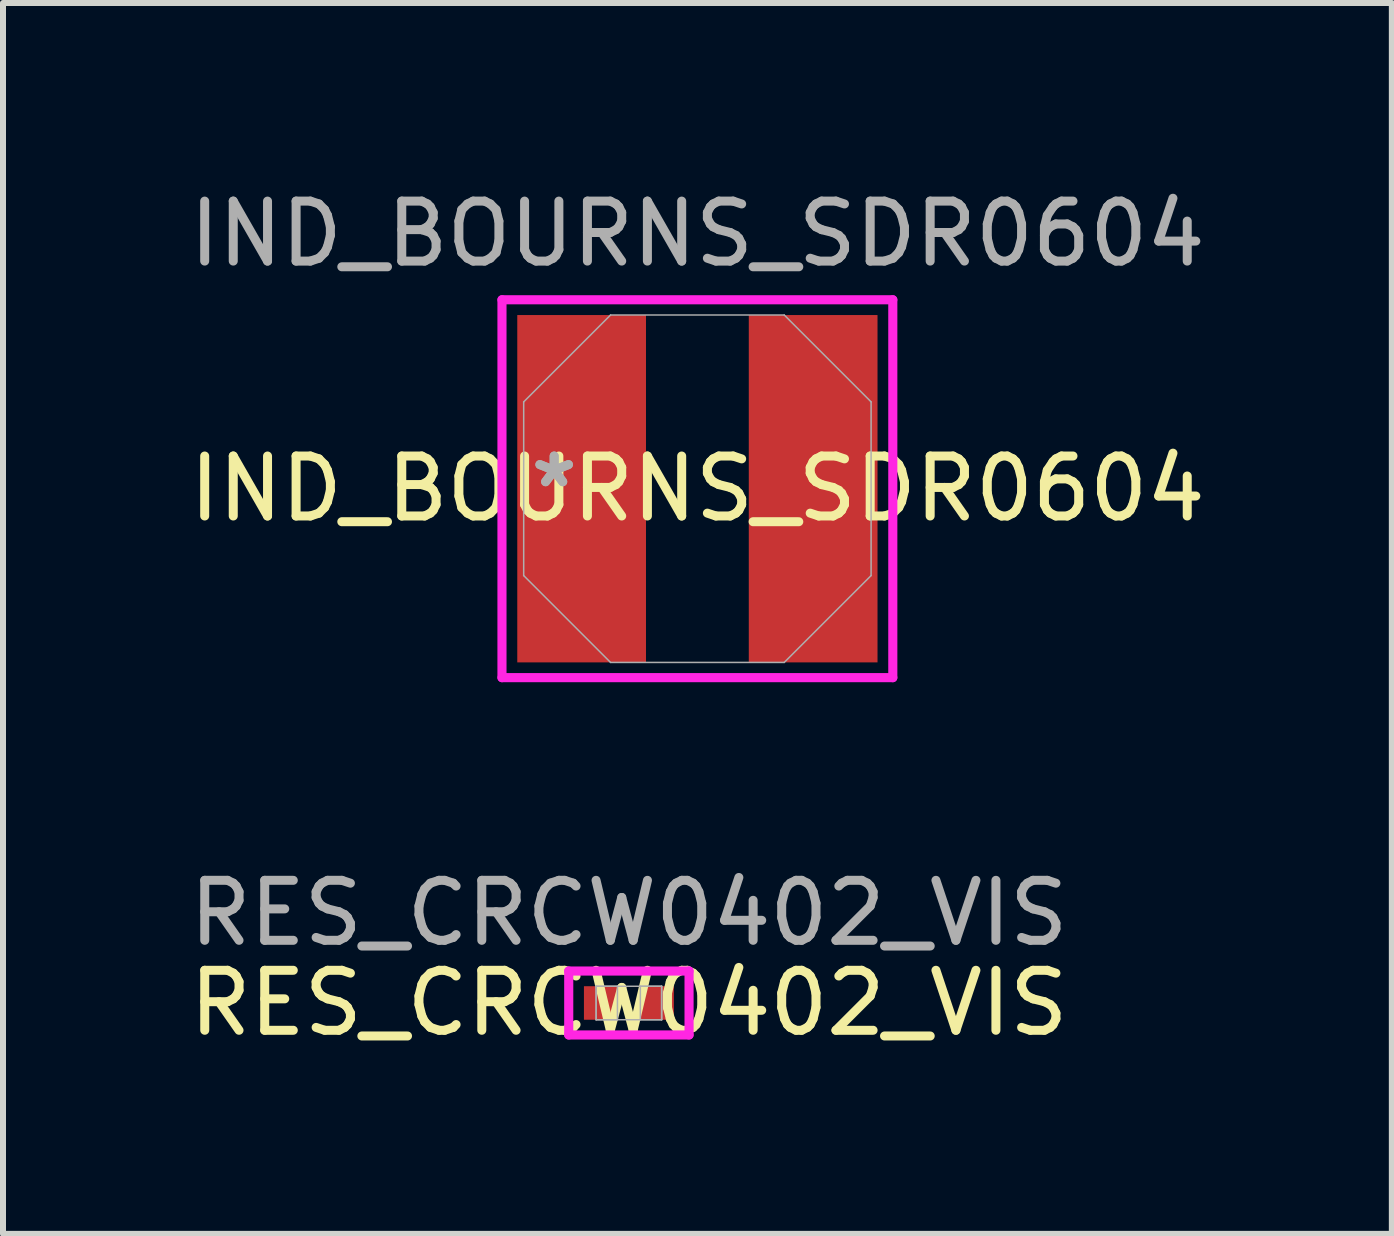
<source format=kicad_pcb>
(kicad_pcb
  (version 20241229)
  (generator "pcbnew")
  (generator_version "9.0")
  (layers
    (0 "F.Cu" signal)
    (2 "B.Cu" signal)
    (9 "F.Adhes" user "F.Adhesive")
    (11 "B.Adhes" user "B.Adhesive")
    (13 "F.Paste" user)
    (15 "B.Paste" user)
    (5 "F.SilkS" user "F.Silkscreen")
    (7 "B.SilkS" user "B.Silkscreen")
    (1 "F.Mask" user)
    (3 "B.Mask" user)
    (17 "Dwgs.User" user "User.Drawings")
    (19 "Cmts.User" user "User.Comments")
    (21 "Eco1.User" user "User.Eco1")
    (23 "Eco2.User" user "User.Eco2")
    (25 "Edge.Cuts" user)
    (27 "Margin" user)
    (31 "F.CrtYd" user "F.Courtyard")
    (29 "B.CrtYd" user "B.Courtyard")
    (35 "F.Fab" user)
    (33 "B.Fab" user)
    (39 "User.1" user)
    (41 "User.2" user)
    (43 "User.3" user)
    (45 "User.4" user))
  (footprint "IND_BOURNS_SDR0604"
    (layer "F.Cu")
    (at 8.577 5.098)
    (property "Reference" "IND_BOURNS_SDR0604" (at 0 0 0) (unlocked yes) (layer "F.SilkS") (effects (font (size 1 1) (thickness 0.15))))
    (attr smd)
    (fp_line (start -3.258 -3.15) (end 3.258 -3.15) (stroke (width 0.152) (type solid)) (layer "F.CrtYd"))
    (fp_line (start -3.258 3.15) (end -3.258 -3.15) (stroke (width 0.152) (type solid)) (layer "F.CrtYd"))
    (fp_line (start 3.258 -3.15) (end 3.258 3.15) (stroke (width 0.152) (type solid)) (layer "F.CrtYd"))
    (fp_line (start 3.258 3.15) (end -3.258 3.15) (stroke (width 0.152) (type solid)) (layer "F.CrtYd"))
    (fp_line (start -2.896 -1.448) (end -2.896 1.448) (stroke (width 0.025) (type solid)) (layer "F.Fab"))
    (fp_line (start -2.896 1.448) (end -1.448 2.896) (stroke (width 0.025) (type solid)) (layer "F.Fab"))
    (fp_line (start -1.448 -2.896) (end -2.896 -1.448) (stroke (width 0.025) (type solid)) (layer "F.Fab"))
    (fp_line (start -1.448 2.896) (end 1.448 2.896) (stroke (width 0.025) (type solid)) (layer "F.Fab"))
    (fp_line (start 1.448 -2.896) (end -1.448 -2.896) (stroke (width 0.025) (type solid)) (layer "F.Fab"))
    (fp_line (start 1.448 2.896) (end 2.896 1.448) (stroke (width 0.025) (type solid)) (layer "F.Fab"))
    (fp_line (start 2.896 -1.448) (end 1.448 -2.896) (stroke (width 0.025) (type solid)) (layer "F.Fab"))
    (fp_line (start 2.896 1.448) (end 2.896 -1.448) (stroke (width 0.025) (type solid)) (layer "F.Fab"))
    (fp_text user "${REFERENCE}" (at 0 -4.25 0) (unlocked yes) (layer "F.Fab") (effects (font (size 1 1) (thickness 0.15))))
    (fp_text user "*" (at -2.388 0 0) (unlocked yes) (layer "F.Fab") (effects (font (size 1 1) (thickness 0.15))))
    (fp_text user "*" (at -2.388 0 0) (layer "F.Fab") (effects (font (size 1 1) (thickness 0.15))))
    (pad "1" smd rect (at -1.93 0) (size 2.146 5.791) (layers "F.Cu" "F.Mask" "F.Paste"))
    (pad "2" smd rect (at 1.93 0) (size 2.146 5.791) (layers "F.Cu" "F.Mask" "F.Paste")))
  (footprint "RES_CRCW0402_VIS"
    (layer "F.Cu")
    (at 7.435 13.672)
    (property "Reference" "RES_CRCW0402_VIS" (at 0 0 0) (unlocked yes) (layer "F.SilkS") (effects (font (size 1 1) (thickness 0.15))))
    (attr smd)
    (fp_line (start -1.003 -0.533) (end 1.003 -0.533) (stroke (width 0.152) (type solid)) (layer "F.CrtYd"))
    (fp_line (start -1.003 0.533) (end -1.003 -0.533) (stroke (width 0.152) (type solid)) (layer "F.CrtYd"))
    (fp_line (start 1.003 -0.533) (end 1.003 0.533) (stroke (width 0.152) (type solid)) (layer "F.CrtYd"))
    (fp_line (start 1.003 0.533) (end -1.003 0.533) (stroke (width 0.152) (type solid)) (layer "F.CrtYd"))
    (fp_line (start -0.546 -0.279) (end -0.546 0.279) (stroke (width 0.025) (type solid)) (layer "F.Fab"))
    (fp_line (start -0.546 -0.279) (end -0.546 0.279) (stroke (width 0.025) (type solid)) (layer "F.Fab"))
    (fp_line (start -0.546 0.279) (end -0.191 0.279) (stroke (width 0.025) (type solid)) (layer "F.Fab"))
    (fp_line (start -0.546 0.279) (end 0.546 0.279) (stroke (width 0.025) (type solid)) (layer "F.Fab"))
    (fp_line (start -0.191 -0.279) (end -0.546 -0.279) (stroke (width 0.025) (type solid)) (layer "F.Fab"))
    (fp_line (start -0.191 0.279) (end -0.191 -0.279) (stroke (width 0.025) (type solid)) (layer "F.Fab"))
    (fp_line (start 0.191 -0.279) (end 0.191 0.279) (stroke (width 0.025) (type solid)) (layer "F.Fab"))
    (fp_line (start 0.191 0.279) (end 0.546 0.279) (stroke (width 0.025) (type solid)) (layer "F.Fab"))
    (fp_line (start 0.546 -0.279) (end -0.546 -0.279) (stroke (width 0.025) (type solid)) (layer "F.Fab"))
    (fp_line (start 0.546 -0.279) (end 0.191 -0.279) (stroke (width 0.025) (type solid)) (layer "F.Fab"))
    (fp_line (start 0.546 0.279) (end 0.546 -0.279) (stroke (width 0.025) (type solid)) (layer "F.Fab"))
    (fp_line (start 0.546 0.279) (end 0.546 -0.279) (stroke (width 0.025) (type solid)) (layer "F.Fab"))
    (fp_text user "${REFERENCE}" (at 0 -1.5 0) (unlocked yes) (layer "F.Fab") (effects (font (size 1 1) (thickness 0.15))))
    (pad "1" smd rect (at -0.47 0) (size 0.559 0.559) (layers "F.Cu" "F.Mask" "F.Paste"))
    (pad "2" smd rect (at 0.47 0) (size 0.559 0.559) (layers "F.Cu" "F.Mask" "F.Paste"))
    (zone (net_name "") (layer "F.Cu") (hatch full 0.508) (connect_pads) (min_thickness 0.254) (filled_areas_thickness no) (keepout (tracks not_allowed) (vias not_allowed) (pads allowed) (copperpour not_allowed) (footprints allowed)) (placement (enabled no)) (fill) (polygon (pts (xy 7.295 13.444) (xy 7.574 13.444) (xy 7.574 13.901) (xy 7.295 13.901)))))
  (gr_rect
    (start -3 -3)
    (end 20.155 17.521)
    (stroke (width 0.1) (type default))
    (fill no)
    (layer "Edge.Cuts")))
</source>
